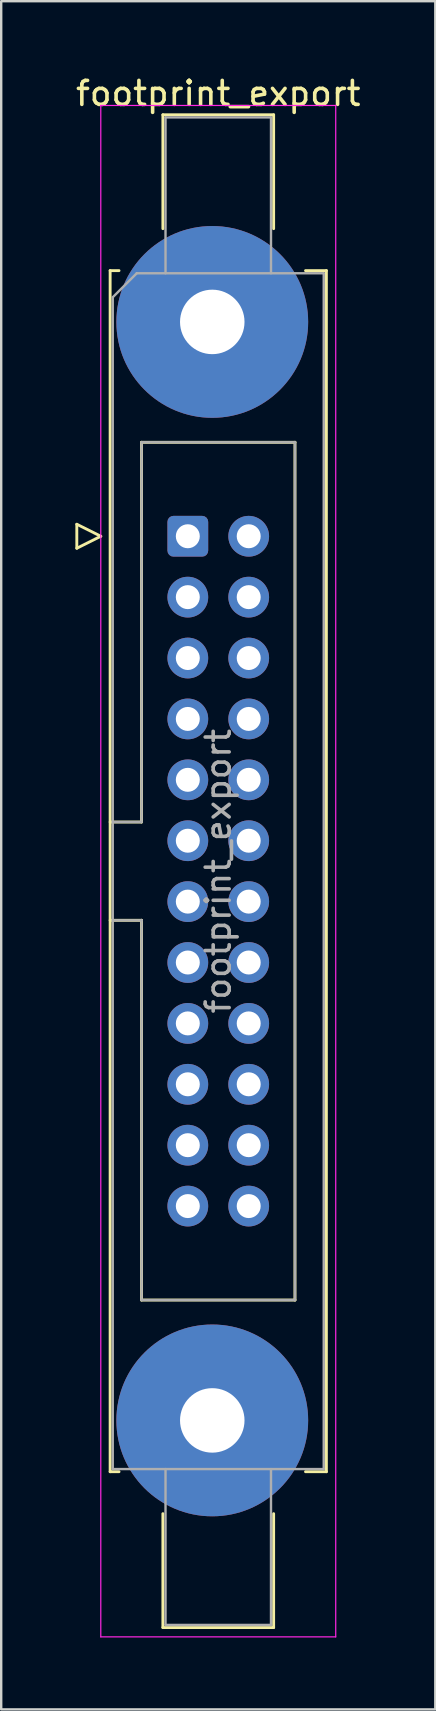
<source format=kicad_pcb>
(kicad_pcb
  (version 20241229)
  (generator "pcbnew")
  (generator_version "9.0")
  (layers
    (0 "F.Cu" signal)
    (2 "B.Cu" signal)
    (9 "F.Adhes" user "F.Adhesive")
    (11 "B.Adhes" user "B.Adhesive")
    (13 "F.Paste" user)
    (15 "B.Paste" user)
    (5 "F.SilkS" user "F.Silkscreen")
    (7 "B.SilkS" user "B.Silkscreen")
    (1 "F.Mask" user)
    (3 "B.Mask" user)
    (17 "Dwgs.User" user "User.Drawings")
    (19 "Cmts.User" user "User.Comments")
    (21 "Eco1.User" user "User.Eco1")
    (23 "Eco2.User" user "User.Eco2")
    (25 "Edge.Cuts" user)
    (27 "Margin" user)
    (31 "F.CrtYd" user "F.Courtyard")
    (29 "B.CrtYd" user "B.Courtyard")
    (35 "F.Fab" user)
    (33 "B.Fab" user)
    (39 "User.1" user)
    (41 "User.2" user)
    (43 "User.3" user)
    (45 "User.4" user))
  (footprint "footprint_export"
    (layer "F.Cu")
    (at 4.784 19.318)
    (property "Reference" "footprint_export" (at 1.27 -18.47 0) (layer "F.SilkS") (effects (font (size 1 1) (thickness 0.15))))
    (attr through_hole)
    (fp_line (start -4.63 -0.5) (end -4.63 0.5) (stroke (width 0.12) (type solid)) (layer "F.SilkS"))
    (fp_line (start -4.63 0.5) (end -3.63 0) (stroke (width 0.12) (type solid)) (layer "F.SilkS"))
    (fp_line (start -3.63 0) (end -4.63 -0.5) (stroke (width 0.12) (type solid)) (layer "F.SilkS"))
    (fp_line (start -3.24 -11.08) (end -3.24 39.02) (stroke (width 0.12) (type solid)) (layer "F.SilkS"))
    (fp_line (start -3.24 11.92) (end -1.93 11.92) (stroke (width 0.12) (type solid)) (layer "F.SilkS"))
    (fp_line (start -3.24 39.02) (end -2.87 39.02) (stroke (width 0.12) (type solid)) (layer "F.SilkS"))
    (fp_line (start -2.87 -11.08) (end -3.24 -11.08) (stroke (width 0.12) (type solid)) (layer "F.SilkS"))
    (fp_line (start -1.93 -3.92) (end 4.47 -3.92) (stroke (width 0.12) (type solid)) (layer "F.SilkS"))
    (fp_line (start -1.93 11.92) (end -1.93 -3.92) (stroke (width 0.12) (type solid)) (layer "F.SilkS"))
    (fp_line (start -1.93 16.02) (end -3.24 16.02) (stroke (width 0.12) (type solid)) (layer "F.SilkS"))
    (fp_line (start -1.93 16.02) (end -1.93 16.02) (stroke (width 0.12) (type solid)) (layer "F.SilkS"))
    (fp_line (start -1.93 31.86) (end -1.93 16.02) (stroke (width 0.12) (type solid)) (layer "F.SilkS"))
    (fp_line (start -1.04 -17.58) (end 3.58 -17.58) (stroke (width 0.12) (type solid)) (layer "F.SilkS"))
    (fp_line (start -1.04 -12.83) (end -1.04 -17.58) (stroke (width 0.12) (type solid)) (layer "F.SilkS"))
    (fp_line (start -1.04 40.77) (end -1.04 45.52) (stroke (width 0.12) (type solid)) (layer "F.SilkS"))
    (fp_line (start -1.04 45.52) (end 3.58 45.52) (stroke (width 0.12) (type solid)) (layer "F.SilkS"))
    (fp_line (start 3.58 -17.58) (end 3.58 -12.83) (stroke (width 0.12) (type solid)) (layer "F.SilkS"))
    (fp_line (start 3.58 45.52) (end 3.58 40.77) (stroke (width 0.12) (type solid)) (layer "F.SilkS"))
    (fp_line (start 4.47 -3.92) (end 4.47 31.86) (stroke (width 0.12) (type solid)) (layer "F.SilkS"))
    (fp_line (start 4.47 31.86) (end -1.93 31.86) (stroke (width 0.12) (type solid)) (layer "F.SilkS"))
    (fp_line (start 4.91 -11.08) (end 5.78 -11.08) (stroke (width 0.12) (type solid)) (layer "F.SilkS"))
    (fp_line (start 5.78 -11.08) (end 5.78 39.02) (stroke (width 0.12) (type solid)) (layer "F.SilkS"))
    (fp_line (start 5.78 39.02) (end 4.91 39.02) (stroke (width 0.12) (type solid)) (layer "F.SilkS"))
    (fp_line (start -3.63 -17.97) (end -3.63 45.91) (stroke (width 0.05) (type solid)) (layer "F.CrtYd"))
    (fp_line (start -3.63 45.91) (end 6.17 45.91) (stroke (width 0.05) (type solid)) (layer "F.CrtYd"))
    (fp_line (start 6.17 -17.97) (end -3.63 -17.97) (stroke (width 0.05) (type solid)) (layer "F.CrtYd"))
    (fp_line (start 6.17 45.91) (end 6.17 -17.97) (stroke (width 0.05) (type solid)) (layer "F.CrtYd"))
    (fp_line (start -3.13 -9.97) (end -2.13 -10.97) (stroke (width 0.1) (type solid)) (layer "F.Fab"))
    (fp_line (start -3.13 11.92) (end -1.93 11.92) (stroke (width 0.1) (type solid)) (layer "F.Fab"))
    (fp_line (start -3.13 38.91) (end -3.13 -9.97) (stroke (width 0.1) (type solid)) (layer "F.Fab"))
    (fp_line (start -2.13 -10.97) (end 5.67 -10.97) (stroke (width 0.1) (type solid)) (layer "F.Fab"))
    (fp_line (start -1.93 -3.92) (end 4.47 -3.92) (stroke (width 0.1) (type solid)) (layer "F.Fab"))
    (fp_line (start -1.93 11.92) (end -1.93 -3.92) (stroke (width 0.1) (type solid)) (layer "F.Fab"))
    (fp_line (start -1.93 16.02) (end -3.13 16.02) (stroke (width 0.1) (type solid)) (layer "F.Fab"))
    (fp_line (start -1.93 16.02) (end -1.93 16.02) (stroke (width 0.1) (type solid)) (layer "F.Fab"))
    (fp_line (start -1.93 31.86) (end -1.93 16.02) (stroke (width 0.1) (type solid)) (layer "F.Fab"))
    (fp_line (start -0.93 -17.47) (end 3.47 -17.47) (stroke (width 0.1) (type solid)) (layer "F.Fab"))
    (fp_line (start -0.93 -10.97) (end -0.93 -17.47) (stroke (width 0.1) (type solid)) (layer "F.Fab"))
    (fp_line (start -0.93 38.91) (end -0.93 45.41) (stroke (width 0.1) (type solid)) (layer "F.Fab"))
    (fp_line (start -0.93 45.41) (end 3.47 45.41) (stroke (width 0.1) (type solid)) (layer "F.Fab"))
    (fp_line (start 3.47 -17.47) (end 3.47 -10.97) (stroke (width 0.1) (type solid)) (layer "F.Fab"))
    (fp_line (start 3.47 45.41) (end 3.47 38.91) (stroke (width 0.1) (type solid)) (layer "F.Fab"))
    (fp_line (start 4.47 -3.92) (end 4.47 31.86) (stroke (width 0.1) (type solid)) (layer "F.Fab"))
    (fp_line (start 4.47 31.86) (end -1.93 31.86) (stroke (width 0.1) (type solid)) (layer "F.Fab"))
    (fp_line (start 5.67 -10.97) (end 5.67 38.91) (stroke (width 0.1) (type solid)) (layer "F.Fab"))
    (fp_line (start 5.67 38.91) (end -3.13 38.91) (stroke (width 0.1) (type solid)) (layer "F.Fab"))
    (fp_text user "${REFERENCE}" (at 1.27 13.97 90) (layer "F.Fab") (effects (font (size 1 1) (thickness 0.15))))
    (pad "1" thru_hole roundrect (at 0 0) (size 1.7 1.7) (drill 1) (layers "*.Cu" "*.Mask") (roundrect_rratio 0.147))
    (pad "2" thru_hole circle (at 2.54 0) (size 1.7 1.7) (drill 1) (layers "*.Cu" "*.Mask"))
    (pad "3" thru_hole circle (at 0 2.54) (size 1.7 1.7) (drill 1) (layers "*.Cu" "*.Mask"))
    (pad "4" thru_hole circle (at 2.54 2.54) (size 1.7 1.7) (drill 1) (layers "*.Cu" "*.Mask"))
    (pad "5" thru_hole circle (at 0 5.08) (size 1.7 1.7) (drill 1) (layers "*.Cu" "*.Mask"))
    (pad "6" thru_hole circle (at 2.54 5.08) (size 1.7 1.7) (drill 1) (layers "*.Cu" "*.Mask"))
    (pad "7" thru_hole circle (at 0 7.62) (size 1.7 1.7) (drill 1) (layers "*.Cu" "*.Mask"))
    (pad "8" thru_hole circle (at 2.54 7.62) (size 1.7 1.7) (drill 1) (layers "*.Cu" "*.Mask"))
    (pad "9" thru_hole circle (at 0 10.16) (size 1.7 1.7) (drill 1) (layers "*.Cu" "*.Mask"))
    (pad "10" thru_hole circle (at 2.54 10.16) (size 1.7 1.7) (drill 1) (layers "*.Cu" "*.Mask"))
    (pad "11" thru_hole circle (at 0 12.7) (size 1.7 1.7) (drill 1) (layers "*.Cu" "*.Mask"))
    (pad "12" thru_hole circle (at 2.54 12.7) (size 1.7 1.7) (drill 1) (layers "*.Cu" "*.Mask"))
    (pad "13" thru_hole circle (at 0 15.24) (size 1.7 1.7) (drill 1) (layers "*.Cu" "*.Mask"))
    (pad "14" thru_hole circle (at 2.54 15.24) (size 1.7 1.7) (drill 1) (layers "*.Cu" "*.Mask"))
    (pad "15" thru_hole circle (at 0 17.78) (size 1.7 1.7) (drill 1) (layers "*.Cu" "*.Mask"))
    (pad "16" thru_hole circle (at 2.54 17.78) (size 1.7 1.7) (drill 1) (layers "*.Cu" "*.Mask"))
    (pad "17" thru_hole circle (at 0 20.32) (size 1.7 1.7) (drill 1) (layers "*.Cu" "*.Mask"))
    (pad "18" thru_hole circle (at 2.54 20.32) (size 1.7 1.7) (drill 1) (layers "*.Cu" "*.Mask"))
    (pad "19" thru_hole circle (at 0 22.86) (size 1.7 1.7) (drill 1) (layers "*.Cu" "*.Mask"))
    (pad "20" thru_hole circle (at 2.54 22.86) (size 1.7 1.7) (drill 1) (layers "*.Cu" "*.Mask"))
    (pad "21" thru_hole circle (at 0 25.4) (size 1.7 1.7) (drill 1) (layers "*.Cu" "*.Mask"))
    (pad "22" thru_hole circle (at 2.54 25.4) (size 1.7 1.7) (drill 1) (layers "*.Cu" "*.Mask"))
    (pad "23" thru_hole circle (at 0 27.94) (size 1.7 1.7) (drill 1) (layers "*.Cu" "*.Mask"))
    (pad "24" thru_hole circle (at 2.54 27.94) (size 1.7 1.7) (drill 1) (layers "*.Cu" "*.Mask"))
    (pad "MP" thru_hole circle (at 1.02 -8.94) (size 8 8) (drill 2.69) (layers "*.Cu" "*.Mask"))
    (pad "MP" thru_hole circle (at 1.02 36.88) (size 8 8) (drill 2.69) (layers "*.Cu" "*.Mask")))
  (gr_rect
    (start -3 -3)
    (end 15.107 68.253)
    (stroke (width 0.1) (type default))
    (fill no)
    (layer "Edge.Cuts")))
</source>
